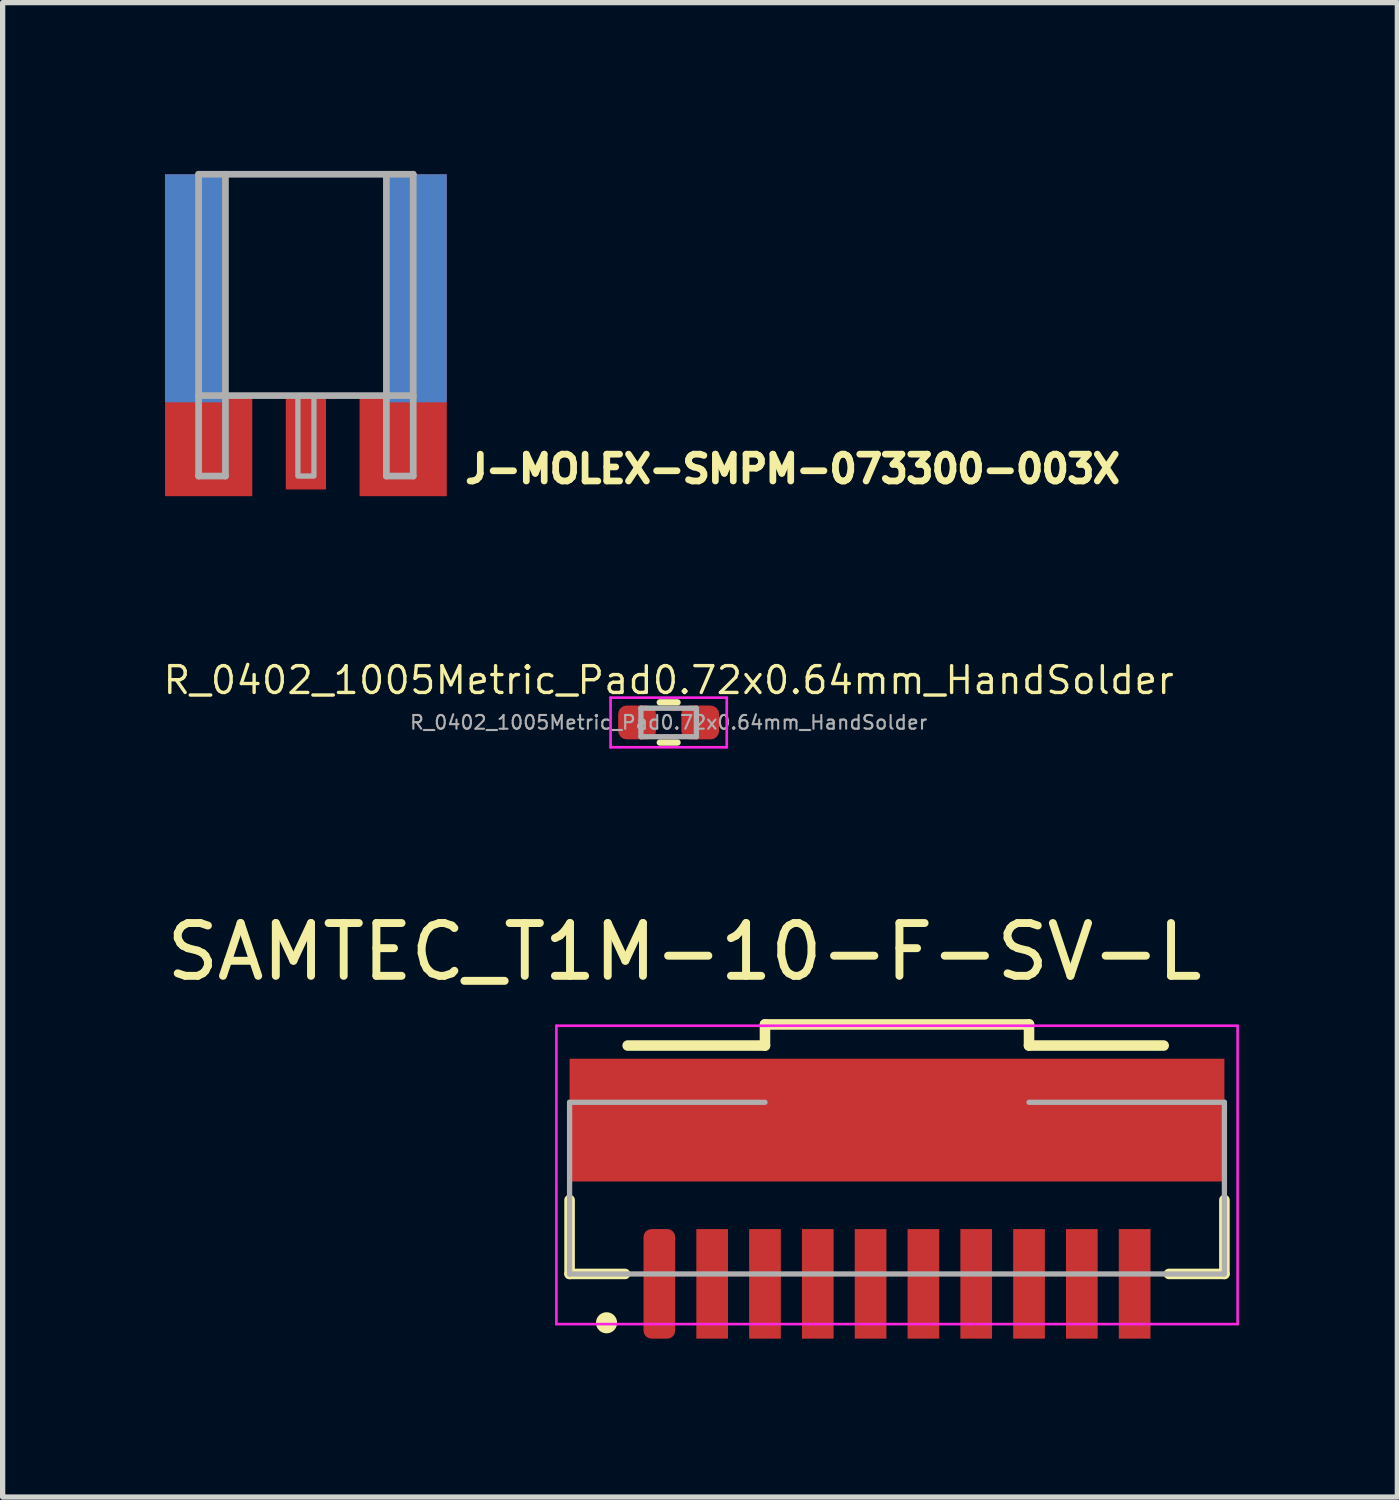
<source format=kicad_pcb>
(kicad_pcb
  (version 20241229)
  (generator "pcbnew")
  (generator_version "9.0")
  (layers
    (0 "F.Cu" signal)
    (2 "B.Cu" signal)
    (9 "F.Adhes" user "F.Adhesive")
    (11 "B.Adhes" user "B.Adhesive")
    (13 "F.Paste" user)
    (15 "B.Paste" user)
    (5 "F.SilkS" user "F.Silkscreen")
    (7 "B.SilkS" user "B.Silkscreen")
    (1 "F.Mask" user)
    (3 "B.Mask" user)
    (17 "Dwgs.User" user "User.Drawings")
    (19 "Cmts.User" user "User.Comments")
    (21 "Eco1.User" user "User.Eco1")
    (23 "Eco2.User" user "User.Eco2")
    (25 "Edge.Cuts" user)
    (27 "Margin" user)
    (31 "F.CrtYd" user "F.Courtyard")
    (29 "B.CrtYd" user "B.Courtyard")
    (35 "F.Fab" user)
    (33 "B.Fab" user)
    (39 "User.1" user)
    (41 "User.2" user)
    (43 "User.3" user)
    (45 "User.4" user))
  (footprint "SAMTEC_T1M-10-F-SV-L"
    (layer "F.Cu")
    (at 13.936 18.849)
    (property "Reference" "SAMTEC_T1M-10-F-SV-L" (at -4.025 -3.875 0) (layer "F.SilkS") (effects (font (size 1 1) (thickness 0.15))))
    (attr through_hole)
    (fp_line (start -6.2 2.225) (end -6.2 0.825) (stroke (width 0.2) (type solid)) (layer "F.SilkS"))
    (fp_line (start -6.2 2.225) (end -5.15 2.225) (stroke (width 0.2) (type solid)) (layer "F.SilkS"))
    (fp_line (start -5.1 -2.1) (end -2.5 -2.1) (stroke (width 0.2) (type solid)) (layer "F.SilkS"))
    (fp_line (start -2.5 -2.5) (end 2.5 -2.5) (stroke (width 0.2) (type solid)) (layer "F.SilkS"))
    (fp_line (start -2.5 -2.1) (end -2.5 -2.5) (stroke (width 0.2) (type solid)) (layer "F.SilkS"))
    (fp_line (start 2.5 -2.1) (end 2.5 -2.5) (stroke (width 0.2) (type solid)) (layer "F.SilkS"))
    (fp_line (start 5.05 -2.1) (end 2.5 -2.1) (stroke (width 0.2) (type solid)) (layer "F.SilkS"))
    (fp_line (start 6.2 2.225) (end 5.15 2.225) (stroke (width 0.2) (type solid)) (layer "F.SilkS"))
    (fp_line (start 6.2 2.225) (end 6.2 0.825) (stroke (width 0.2) (type solid)) (layer "F.SilkS"))
    (fp_circle (center -5.5 3.15) (end -5.4 3.15) (stroke (width 0.2) (type solid)) (fill no) (layer "F.SilkS"))
    (fp_line (start -6.45 -2.475) (end 6.45 -2.475) (stroke (width 0.05) (type solid)) (layer "F.CrtYd"))
    (fp_line (start -6.45 3.175) (end -6.45 -2.475) (stroke (width 0.05) (type solid)) (layer "F.CrtYd"))
    (fp_line (start 6.45 -2.475) (end 6.45 3.175) (stroke (width 0.05) (type solid)) (layer "F.CrtYd"))
    (fp_line (start 6.45 3.175) (end -6.45 3.175) (stroke (width 0.05) (type solid)) (layer "F.CrtYd"))
    (fp_line (start -6.2 -1.025) (end -2.5 -1.025) (stroke (width 0.1) (type solid)) (layer "F.Fab"))
    (fp_line (start -6.2 2.225) (end -6.2 -1.025) (stroke (width 0.1) (type solid)) (layer "F.Fab"))
    (fp_line (start -6.2 2.225) (end 6.2 2.225) (stroke (width 0.1) (type solid)) (layer "F.Fab"))
    (fp_line (start 6.2 -1.025) (end 2.5 -1.025) (stroke (width 0.1) (type solid)) (layer "F.Fab"))
    (fp_line (start 6.2 2.225) (end 6.2 -1.025) (stroke (width 0.1) (type solid)) (layer "F.Fab"))
    (pad "1" smd roundrect (at -4.5 2.413) (size 0.6 2.075) (layers "F.Cu" "F.Mask" "F.Paste") (roundrect_rratio 0.25))
    (pad "2" smd rect (at -3.5 2.413) (size 0.6 2.075) (layers "F.Cu" "F.Mask" "F.Paste"))
    (pad "3" smd rect (at -2.5 2.413) (size 0.6 2.075) (layers "F.Cu" "F.Mask" "F.Paste"))
    (pad "4" smd rect (at -1.5 2.413) (size 0.6 2.075) (layers "F.Cu" "F.Mask" "F.Paste"))
    (pad "5" smd rect (at -0.5 2.413) (size 0.6 2.075) (layers "F.Cu" "F.Mask" "F.Paste"))
    (pad "6" smd rect (at 0.5 2.413) (size 0.6 2.075) (layers "F.Cu" "F.Mask" "F.Paste"))
    (pad "7" smd rect (at 1.5 2.413) (size 0.6 2.075) (layers "F.Cu" "F.Mask" "F.Paste"))
    (pad "8" smd rect (at 2.5 2.413) (size 0.6 2.075) (layers "F.Cu" "F.Mask" "F.Paste"))
    (pad "9" smd rect (at 3.5 2.413) (size 0.6 2.075) (layers "F.Cu" "F.Mask" "F.Paste"))
    (pad "10" smd rect (at 4.5 2.413) (size 0.6 2.075) (layers "F.Cu" "F.Mask" "F.Paste"))
    (pad "S1" smd rect (at 0.000002 -0.688) (size 12.4 2.325) (layers "F.Cu" "F.Mask" "F.Paste")))
  (footprint "R_0402_1005Metric_Pad0.72x0.64mm_HandSolder"
    (layer "F.Cu")
    (at 9.612 10.631)
    (property "Reference" "R_0402_1005Metric_Pad0.72x0.64mm_HandSolder" (at 0 -0.8 0) (layer "F.SilkS") (effects (font (size 0.508 0.508) (thickness 0.064))))
    (attr smd)
    (fp_line (start -0.168 -0.38) (end 0.168 -0.38) (stroke (width 0.12) (type solid)) (layer "F.SilkS"))
    (fp_line (start -0.168 0.38) (end 0.168 0.38) (stroke (width 0.12) (type solid)) (layer "F.SilkS"))
    (fp_line (start -1.1 -0.47) (end 1.1 -0.47) (stroke (width 0.05) (type solid)) (layer "F.CrtYd"))
    (fp_line (start -1.1 0.47) (end -1.1 -0.47) (stroke (width 0.05) (type solid)) (layer "F.CrtYd"))
    (fp_line (start 1.1 -0.47) (end 1.1 0.47) (stroke (width 0.05) (type solid)) (layer "F.CrtYd"))
    (fp_line (start 1.1 0.47) (end -1.1 0.47) (stroke (width 0.05) (type solid)) (layer "F.CrtYd"))
    (fp_line (start -0.525 -0.27) (end 0.525 -0.27) (stroke (width 0.1) (type solid)) (layer "F.Fab"))
    (fp_line (start -0.525 0.27) (end -0.525 -0.27) (stroke (width 0.1) (type solid)) (layer "F.Fab"))
    (fp_line (start 0.525 -0.27) (end 0.525 0.27) (stroke (width 0.1) (type solid)) (layer "F.Fab"))
    (fp_line (start 0.525 0.27) (end -0.525 0.27) (stroke (width 0.1) (type solid)) (layer "F.Fab"))
    (fp_text user "${REFERENCE}" (at 0 0 0) (layer "F.Fab") (effects (font (size 0.26 0.26) (thickness 0.04))))
    (pad "1" smd roundrect (at -0.598 0) (size 0.715 0.64) (layers "F.Cu" "F.Mask" "F.Paste") (roundrect_rratio 0.25))
    (pad "2" smd roundrect (at 0.598 0) (size 0.715 0.64) (layers "F.Cu" "F.Mask" "F.Paste") (roundrect_rratio 0.25)))
  (footprint "J-MOLEX-SMPM-073300-003X"
    (layer "F.Cu")
    (at 2.743 0.25)
    (property "Reference" "J-MOLEX-SMPM-073300-003X" (at 2.953 5.877 0) (layer "F.SilkS") (effects (font (size 0.508 0.508) (thickness 0.127)) (justify left bottom)))
    (fp_poly (pts (xy -1.575 4.191) (xy -1.016 4.191) (xy -1.016 6.096) (xy -2.667 6.096) (xy -2.667 0) (xy -1.575 0)) (stroke (width 0) (type solid)) (fill yes) (layer "F.Cu"))
    (fp_poly (pts (xy 2.667 6.096) (xy 1.016 6.096) (xy 1.016 4.191) (xy 1.575 4.191) (xy 1.575 0) (xy 2.667 0)) (stroke (width 0) (type solid)) (fill yes) (layer "F.Cu"))
    (fp_poly (pts (xy -1.448 4.115) (xy -0.94 4.115) (xy -0.94 6.172) (xy -2.743 6.172) (xy -2.743 -0.076) (xy -1.448 -0.076)) (stroke (width 0) (type solid)) (fill yes) (layer "F.Mask"))
    (fp_poly (pts (xy 2.743 6.172) (xy 0.94 6.172) (xy 0.94 4.115) (xy 1.448 4.115) (xy 1.448 -0.076) (xy 2.743 -0.076)) (stroke (width 0) (type solid)) (fill yes) (layer "F.Mask"))
    (fp_poly (pts (xy -1.575 4.318) (xy -2.667 4.318) (xy -2.667 0) (xy -1.575 0)) (stroke (width 0) (type solid)) (fill yes) (layer "B.Cu"))
    (fp_poly (pts (xy 2.667 4.318) (xy 1.575 4.318) (xy 1.575 0) (xy 2.667 0)) (stroke (width 0) (type solid)) (fill yes) (layer "B.Cu"))
    (fp_poly (pts (xy -1.448 4.394) (xy -2.743 4.394) (xy -2.743 -0.076) (xy -1.448 -0.076)) (stroke (width 0) (type solid)) (fill yes) (layer "B.Mask"))
    (fp_poly (pts (xy 2.743 4.394) (xy 1.448 4.394) (xy 1.448 -0.076) (xy 2.743 -0.076)) (stroke (width 0) (type solid)) (fill yes) (layer "B.Mask"))
    (fp_line (start -2.032 0) (end -2.032 4.191) (stroke (width 0.127) (type solid)) (layer "F.Fab"))
    (fp_line (start -2.032 4.191) (end -2.032 5.715) (stroke (width 0.127) (type solid)) (layer "F.Fab"))
    (fp_line (start -2.032 4.191) (end -1.524 4.191) (stroke (width 0.127) (type solid)) (layer "F.Fab"))
    (fp_line (start -2.032 5.715) (end -1.524 5.715) (stroke (width 0.127) (type solid)) (layer "F.Fab"))
    (fp_line (start -1.524 0) (end -2.032 0) (stroke (width 0.127) (type solid)) (layer "F.Fab"))
    (fp_line (start -1.524 0) (end -1.524 4.191) (stroke (width 0.127) (type solid)) (layer "F.Fab"))
    (fp_line (start -1.524 4.191) (end 1.524 4.191) (stroke (width 0.127) (type solid)) (layer "F.Fab"))
    (fp_line (start -1.524 5.715) (end -1.524 4.191) (stroke (width 0.127) (type solid)) (layer "F.Fab"))
    (fp_line (start 1.524 0) (end -1.524 0) (stroke (width 0.127) (type solid)) (layer "F.Fab"))
    (fp_line (start 1.524 0) (end 1.524 4.191) (stroke (width 0.127) (type solid)) (layer "F.Fab"))
    (fp_line (start 1.524 4.191) (end 2.032 4.191) (stroke (width 0.127) (type solid)) (layer "F.Fab"))
    (fp_line (start 1.524 5.715) (end 1.524 4.191) (stroke (width 0.127) (type solid)) (layer "F.Fab"))
    (fp_line (start 2.032 0) (end 1.524 0) (stroke (width 0.127) (type solid)) (layer "F.Fab"))
    (fp_line (start 2.032 4.191) (end 2.032 0) (stroke (width 0.127) (type solid)) (layer "F.Fab"))
    (fp_line (start 2.032 4.191) (end 2.032 5.715) (stroke (width 0.127) (type solid)) (layer "F.Fab"))
    (fp_line (start 2.032 5.715) (end 1.524 5.715) (stroke (width 0.127) (type solid)) (layer "F.Fab"))
    (fp_poly (pts (xy -0.152 5.715) (xy 0.152 5.715) (xy 0.152 4.191) (xy -0.152 4.191)) (stroke (width 0.1) (type solid)) (fill no) (layer "F.Fab"))
    (pad "GND" smd rect (at -1.778 5.08) (size 0.508 0.508) (layers "F.Cu"))
    (pad "GND" smd rect (at 1.778 5.08) (size 0.508 0.508) (layers "F.Cu"))
    (pad "P$3" smd rect (at -2.032 1.778 180) (size 0.508 0.508) (layers "B.Cu"))
    (pad "P$4" smd rect (at 2.032 1.778 180) (size 0.508 0.508) (layers "B.Cu"))
    (pad "RF" smd rect (at 0 5.08) (size 0.762 1.778) (layers "F.Cu" "F.Mask")))
  (gr_rect
    (start -3 -3)
    (end 23.411 25.299)
    (stroke (width 0.1) (type default))
    (fill no)
    (layer "Edge.Cuts")))
</source>
